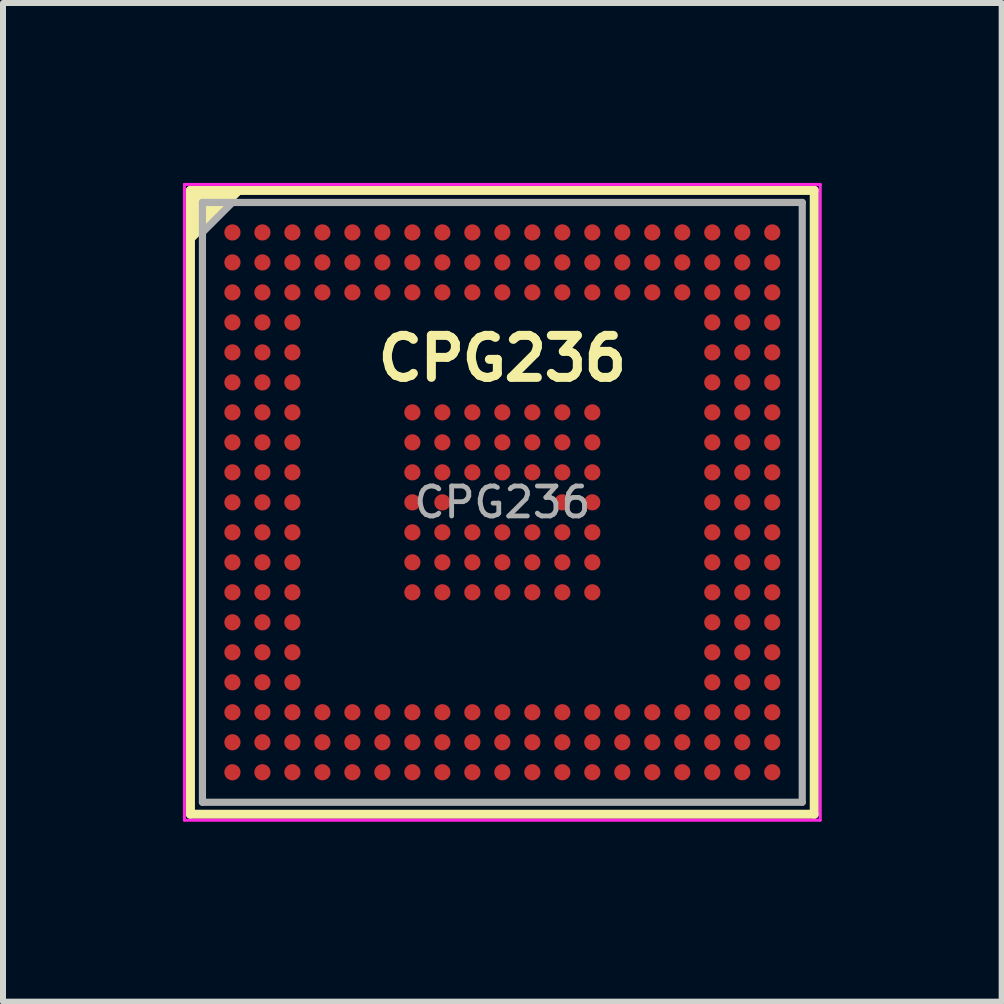
<source format=kicad_pcb>
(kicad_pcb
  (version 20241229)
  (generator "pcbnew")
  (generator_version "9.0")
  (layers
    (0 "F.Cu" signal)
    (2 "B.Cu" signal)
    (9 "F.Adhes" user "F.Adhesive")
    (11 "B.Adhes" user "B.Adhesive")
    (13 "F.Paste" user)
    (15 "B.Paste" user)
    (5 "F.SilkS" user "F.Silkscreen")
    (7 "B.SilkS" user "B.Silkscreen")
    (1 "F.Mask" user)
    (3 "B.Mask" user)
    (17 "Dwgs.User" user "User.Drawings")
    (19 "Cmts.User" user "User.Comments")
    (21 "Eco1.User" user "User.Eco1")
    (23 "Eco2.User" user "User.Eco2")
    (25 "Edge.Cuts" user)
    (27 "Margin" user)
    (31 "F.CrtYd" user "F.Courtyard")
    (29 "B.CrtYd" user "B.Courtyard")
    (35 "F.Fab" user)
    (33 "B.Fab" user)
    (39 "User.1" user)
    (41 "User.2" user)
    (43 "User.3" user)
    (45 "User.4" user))
  (footprint "CPG236"
    (layer "F.Cu")
    (at 5.325 5.325)
    (property "Reference" "CPG236" (at 0 -2.4 0) (layer "F.SilkS") (effects (font (size 0.7 0.7) (thickness 0.15))))
    (property "Value" "${VALUE}" (at 0 4.6 0) (layer "F.Fab") (hide yes) (effects (font (size 0.4 0.4) (thickness 0.07))))
    (attr through_hole)
    (fp_line (start -5.2 -5.2) (end -5.2 5.2) (stroke (width 0.15) (type solid)) (layer "F.SilkS"))
    (fp_line (start -5.2 5.2) (end 5.2 5.2) (stroke (width 0.15) (type solid)) (layer "F.SilkS"))
    (fp_line (start -4.4 -5.2) (end -5.2 -4.4) (stroke (width 0.15) (type solid)) (layer "F.SilkS"))
    (fp_line (start 5.2 -5.2) (end -5.2 -5.2) (stroke (width 0.15) (type solid)) (layer "F.SilkS"))
    (fp_line (start 5.2 5.2) (end 5.2 -5.2) (stroke (width 0.15) (type solid)) (layer "F.SilkS"))
    (fp_poly (pts (xy -5.2 -4.4) (xy -4.4 -5.2) (xy -5.2 -5.2)) (stroke (width 0.1) (type solid)) (fill yes) (layer "F.SilkS"))
    (fp_line (start -5.3 -5.3) (end 5.3 -5.3) (stroke (width 0.05) (type solid)) (layer "F.CrtYd"))
    (fp_line (start -5.3 5.3) (end -5.3 -5.3) (stroke (width 0.05) (type solid)) (layer "F.CrtYd"))
    (fp_line (start 5.3 -5.3) (end 5.3 5.3) (stroke (width 0.05) (type solid)) (layer "F.CrtYd"))
    (fp_line (start 5.3 5.3) (end -5.3 5.3) (stroke (width 0.05) (type solid)) (layer "F.CrtYd"))
    (fp_line (start -5 -5) (end 5 -5) (stroke (width 0.12) (type solid)) (layer "F.Fab"))
    (fp_line (start -5 5) (end -5 -5) (stroke (width 0.12) (type solid)) (layer "F.Fab"))
    (fp_line (start -4.5 -5) (end -5 -4.5) (stroke (width 0.12) (type solid)) (layer "F.Fab"))
    (fp_line (start 5 -5) (end 5 5) (stroke (width 0.12) (type solid)) (layer "F.Fab"))
    (fp_line (start 5 5) (end -5 5) (stroke (width 0.12) (type solid)) (layer "F.Fab"))
    (fp_poly (pts (xy -5 -4.5) (xy -5 -5) (xy -4.5 -5)) (stroke (width 0.1) (type solid)) (fill no) (layer "F.Fab"))
    (fp_text user "${REFERENCE}" (at 0 0 0) (layer "F.Fab") (effects (font (size 0.5 0.5) (thickness 0.08))))
    (pad "A1" smd circle (at -4.5 -4.5) (size 0.27 0.27) (layers "F.Cu" "F.Mask" "F.Paste"))
    (pad "A2" smd circle (at -4 -4.5) (size 0.27 0.27) (layers "F.Cu" "F.Mask" "F.Paste"))
    (pad "A3" smd circle (at -3.5 -4.5) (size 0.27 0.27) (layers "F.Cu" "F.Mask" "F.Paste"))
    (pad "A4" smd circle (at -3 -4.5) (size 0.27 0.27) (layers "F.Cu" "F.Mask" "F.Paste"))
    (pad "A5" smd circle (at -2.5 -4.5) (size 0.27 0.27) (layers "F.Cu" "F.Mask" "F.Paste"))
    (pad "A6" smd circle (at -2 -4.5) (size 0.27 0.27) (layers "F.Cu" "F.Mask" "F.Paste"))
    (pad "A7" smd circle (at -1.5 -4.5) (size 0.27 0.27) (layers "F.Cu" "F.Mask" "F.Paste"))
    (pad "A8" smd circle (at -1 -4.5) (size 0.27 0.27) (layers "F.Cu" "F.Mask" "F.Paste"))
    (pad "A9" smd circle (at -0.5 -4.5) (size 0.27 0.27) (layers "F.Cu" "F.Mask" "F.Paste"))
    (pad "A10" smd circle (at 0 -4.5) (size 0.27 0.27) (layers "F.Cu" "F.Mask" "F.Paste"))
    (pad "A11" smd circle (at 0.5 -4.5) (size 0.27 0.27) (layers "F.Cu" "F.Mask" "F.Paste"))
    (pad "A12" smd circle (at 1 -4.5) (size 0.27 0.27) (layers "F.Cu" "F.Mask" "F.Paste"))
    (pad "A13" smd circle (at 1.5 -4.5) (size 0.27 0.27) (layers "F.Cu" "F.Mask" "F.Paste"))
    (pad "A14" smd circle (at 2 -4.5) (size 0.27 0.27) (layers "F.Cu" "F.Mask" "F.Paste"))
    (pad "A15" smd circle (at 2.5 -4.5) (size 0.27 0.27) (layers "F.Cu" "F.Mask" "F.Paste"))
    (pad "A16" smd circle (at 3 -4.5) (size 0.27 0.27) (layers "F.Cu" "F.Mask" "F.Paste"))
    (pad "A17" smd circle (at 3.5 -4.5) (size 0.27 0.27) (layers "F.Cu" "F.Mask" "F.Paste"))
    (pad "A18" smd circle (at 4 -4.5) (size 0.27 0.27) (layers "F.Cu" "F.Mask" "F.Paste"))
    (pad "A19" smd circle (at 4.5 -4.5) (size 0.27 0.27) (layers "F.Cu" "F.Mask" "F.Paste"))
    (pad "B1" smd circle (at -4.5 -4) (size 0.27 0.27) (layers "F.Cu" "F.Mask" "F.Paste"))
    (pad "B2" smd circle (at -4 -4) (size 0.27 0.27) (layers "F.Cu" "F.Mask" "F.Paste"))
    (pad "B3" smd circle (at -3.5 -4) (size 0.27 0.27) (layers "F.Cu" "F.Mask" "F.Paste"))
    (pad "B4" smd circle (at -3 -4) (size 0.27 0.27) (layers "F.Cu" "F.Mask" "F.Paste"))
    (pad "B5" smd circle (at -2.5 -4) (size 0.27 0.27) (layers "F.Cu" "F.Mask" "F.Paste"))
    (pad "B6" smd circle (at -2 -4) (size 0.27 0.27) (layers "F.Cu" "F.Mask" "F.Paste"))
    (pad "B7" smd circle (at -1.5 -4) (size 0.27 0.27) (layers "F.Cu" "F.Mask" "F.Paste"))
    (pad "B8" smd circle (at -1 -4) (size 0.27 0.27) (layers "F.Cu" "F.Mask" "F.Paste"))
    (pad "B9" smd circle (at -0.5 -4) (size 0.27 0.27) (layers "F.Cu" "F.Mask" "F.Paste"))
    (pad "B10" smd circle (at 0 -4) (size 0.27 0.27) (layers "F.Cu" "F.Mask" "F.Paste"))
    (pad "B11" smd circle (at 0.5 -4) (size 0.27 0.27) (layers "F.Cu" "F.Mask" "F.Paste"))
    (pad "B12" smd circle (at 1 -4) (size 0.27 0.27) (layers "F.Cu" "F.Mask" "F.Paste"))
    (pad "B13" smd circle (at 1.5 -4) (size 0.27 0.27) (layers "F.Cu" "F.Mask" "F.Paste"))
    (pad "B14" smd circle (at 2 -4) (size 0.27 0.27) (layers "F.Cu" "F.Mask" "F.Paste"))
    (pad "B15" smd circle (at 2.5 -4) (size 0.27 0.27) (layers "F.Cu" "F.Mask" "F.Paste"))
    (pad "B16" smd circle (at 3 -4) (size 0.27 0.27) (layers "F.Cu" "F.Mask" "F.Paste"))
    (pad "B17" smd circle (at 3.5 -4) (size 0.27 0.27) (layers "F.Cu" "F.Mask" "F.Paste"))
    (pad "B18" smd circle (at 4 -4) (size 0.27 0.27) (layers "F.Cu" "F.Mask" "F.Paste"))
    (pad "B19" smd circle (at 4.5 -4) (size 0.27 0.27) (layers "F.Cu" "F.Mask" "F.Paste"))
    (pad "C1" smd circle (at -4.5 -3.5) (size 0.27 0.27) (layers "F.Cu" "F.Mask" "F.Paste"))
    (pad "C2" smd circle (at -4 -3.5) (size 0.27 0.27) (layers "F.Cu" "F.Mask" "F.Paste"))
    (pad "C3" smd circle (at -3.5 -3.5) (size 0.27 0.27) (layers "F.Cu" "F.Mask" "F.Paste"))
    (pad "C4" smd circle (at -3 -3.5) (size 0.27 0.27) (layers "F.Cu" "F.Mask" "F.Paste"))
    (pad "C5" smd circle (at -2.5 -3.5) (size 0.27 0.27) (layers "F.Cu" "F.Mask" "F.Paste"))
    (pad "C6" smd circle (at -2 -3.5) (size 0.27 0.27) (layers "F.Cu" "F.Mask" "F.Paste"))
    (pad "C7" smd circle (at -1.5 -3.5) (size 0.27 0.27) (layers "F.Cu" "F.Mask" "F.Paste"))
    (pad "C8" smd circle (at -1 -3.5) (size 0.27 0.27) (layers "F.Cu" "F.Mask" "F.Paste"))
    (pad "C9" smd circle (at -0.5 -3.5) (size 0.27 0.27) (layers "F.Cu" "F.Mask" "F.Paste"))
    (pad "C10" smd circle (at 0 -3.5) (size 0.27 0.27) (layers "F.Cu" "F.Mask" "F.Paste"))
    (pad "C11" smd circle (at 0.5 -3.5) (size 0.27 0.27) (layers "F.Cu" "F.Mask" "F.Paste"))
    (pad "C12" smd circle (at 1 -3.5) (size 0.27 0.27) (layers "F.Cu" "F.Mask" "F.Paste"))
    (pad "C13" smd circle (at 1.5 -3.5) (size 0.27 0.27) (layers "F.Cu" "F.Mask" "F.Paste"))
    (pad "C14" smd circle (at 2 -3.5) (size 0.27 0.27) (layers "F.Cu" "F.Mask" "F.Paste"))
    (pad "C15" smd circle (at 2.5 -3.5) (size 0.27 0.27) (layers "F.Cu" "F.Mask" "F.Paste"))
    (pad "C16" smd circle (at 3 -3.5) (size 0.27 0.27) (layers "F.Cu" "F.Mask" "F.Paste"))
    (pad "C17" smd circle (at 3.5 -3.5) (size 0.27 0.27) (layers "F.Cu" "F.Mask" "F.Paste"))
    (pad "C18" smd circle (at 4 -3.5) (size 0.27 0.27) (layers "F.Cu" "F.Mask" "F.Paste"))
    (pad "C19" smd circle (at 4.5 -3.5) (size 0.27 0.27) (layers "F.Cu" "F.Mask" "F.Paste"))
    (pad "D1" smd circle (at -4.5 -3) (size 0.27 0.27) (layers "F.Cu" "F.Mask" "F.Paste"))
    (pad "D2" smd circle (at -4 -3) (size 0.27 0.27) (layers "F.Cu" "F.Mask" "F.Paste"))
    (pad "D3" smd circle (at -3.5 -3) (size 0.27 0.27) (layers "F.Cu" "F.Mask" "F.Paste"))
    (pad "D17" smd circle (at 3.5 -3) (size 0.27 0.27) (layers "F.Cu" "F.Mask" "F.Paste"))
    (pad "D18" smd circle (at 4 -3) (size 0.27 0.27) (layers "F.Cu" "F.Mask" "F.Paste"))
    (pad "D19" smd circle (at 4.5 -3) (size 0.27 0.27) (layers "F.Cu" "F.Mask" "F.Paste"))
    (pad "E1" smd circle (at -4.5 -2.5) (size 0.27 0.27) (layers "F.Cu" "F.Mask" "F.Paste"))
    (pad "E2" smd circle (at -4 -2.5) (size 0.27 0.27) (layers "F.Cu" "F.Mask" "F.Paste"))
    (pad "E3" smd circle (at -3.5 -2.5) (size 0.27 0.27) (layers "F.Cu" "F.Mask" "F.Paste"))
    (pad "E17" smd circle (at 3.5 -2.5) (size 0.27 0.27) (layers "F.Cu" "F.Mask" "F.Paste"))
    (pad "E18" smd circle (at 4 -2.5) (size 0.27 0.27) (layers "F.Cu" "F.Mask" "F.Paste"))
    (pad "E19" smd circle (at 4.5 -2.5) (size 0.27 0.27) (layers "F.Cu" "F.Mask" "F.Paste"))
    (pad "F1" smd circle (at -4.5 -2) (size 0.27 0.27) (layers "F.Cu" "F.Mask" "F.Paste"))
    (pad "F2" smd circle (at -4 -2) (size 0.27 0.27) (layers "F.Cu" "F.Mask" "F.Paste"))
    (pad "F3" smd circle (at -3.5 -2) (size 0.27 0.27) (layers "F.Cu" "F.Mask" "F.Paste"))
    (pad "F17" smd circle (at 3.5 -2) (size 0.27 0.27) (layers "F.Cu" "F.Mask" "F.Paste"))
    (pad "F18" smd circle (at 4 -2) (size 0.27 0.27) (layers "F.Cu" "F.Mask" "F.Paste"))
    (pad "F19" smd circle (at 4.5 -2) (size 0.27 0.27) (layers "F.Cu" "F.Mask" "F.Paste"))
    (pad "G1" smd circle (at -4.5 -1.5) (size 0.27 0.27) (layers "F.Cu" "F.Mask" "F.Paste"))
    (pad "G2" smd circle (at -4 -1.5) (size 0.27 0.27) (layers "F.Cu" "F.Mask" "F.Paste"))
    (pad "G3" smd circle (at -3.5 -1.5) (size 0.27 0.27) (layers "F.Cu" "F.Mask" "F.Paste"))
    (pad "G7" smd circle (at -1.5 -1.5) (size 0.27 0.27) (layers "F.Cu" "F.Mask" "F.Paste"))
    (pad "G8" smd circle (at -1 -1.5) (size 0.27 0.27) (layers "F.Cu" "F.Mask" "F.Paste"))
    (pad "G9" smd circle (at -0.5 -1.5) (size 0.27 0.27) (layers "F.Cu" "F.Mask" "F.Paste"))
    (pad "G10" smd circle (at 0 -1.5) (size 0.27 0.27) (layers "F.Cu" "F.Mask" "F.Paste"))
    (pad "G11" smd circle (at 0.5 -1.5) (size 0.27 0.27) (layers "F.Cu" "F.Mask" "F.Paste"))
    (pad "G12" smd circle (at 1 -1.5) (size 0.27 0.27) (layers "F.Cu" "F.Mask" "F.Paste"))
    (pad "G13" smd circle (at 1.5 -1.5) (size 0.27 0.27) (layers "F.Cu" "F.Mask" "F.Paste"))
    (pad "G17" smd circle (at 3.5 -1.5) (size 0.27 0.27) (layers "F.Cu" "F.Mask" "F.Paste"))
    (pad "G18" smd circle (at 4 -1.5) (size 0.27 0.27) (layers "F.Cu" "F.Mask" "F.Paste"))
    (pad "G19" smd circle (at 4.5 -1.5) (size 0.27 0.27) (layers "F.Cu" "F.Mask" "F.Paste"))
    (pad "H1" smd circle (at -4.5 -1) (size 0.27 0.27) (layers "F.Cu" "F.Mask" "F.Paste"))
    (pad "H2" smd circle (at -4 -1) (size 0.27 0.27) (layers "F.Cu" "F.Mask" "F.Paste"))
    (pad "H3" smd circle (at -3.5 -1) (size 0.27 0.27) (layers "F.Cu" "F.Mask" "F.Paste"))
    (pad "H7" smd circle (at -1.5 -1) (size 0.27 0.27) (layers "F.Cu" "F.Mask" "F.Paste"))
    (pad "H8" smd circle (at -1 -1) (size 0.27 0.27) (layers "F.Cu" "F.Mask" "F.Paste"))
    (pad "H9" smd circle (at -0.5 -1) (size 0.27 0.27) (layers "F.Cu" "F.Mask" "F.Paste"))
    (pad "H10" smd circle (at 0 -1) (size 0.27 0.27) (layers "F.Cu" "F.Mask" "F.Paste"))
    (pad "H11" smd circle (at 0.5 -1) (size 0.27 0.27) (layers "F.Cu" "F.Mask" "F.Paste"))
    (pad "H12" smd circle (at 1 -1) (size 0.27 0.27) (layers "F.Cu" "F.Mask" "F.Paste"))
    (pad "H13" smd circle (at 1.5 -1) (size 0.27 0.27) (layers "F.Cu" "F.Mask" "F.Paste"))
    (pad "H17" smd circle (at 3.5 -1) (size 0.27 0.27) (layers "F.Cu" "F.Mask" "F.Paste"))
    (pad "H18" smd circle (at 4 -1) (size 0.27 0.27) (layers "F.Cu" "F.Mask" "F.Paste"))
    (pad "H19" smd circle (at 4.5 -1) (size 0.27 0.27) (layers "F.Cu" "F.Mask" "F.Paste"))
    (pad "J1" smd circle (at -4.5 -0.5) (size 0.27 0.27) (layers "F.Cu" "F.Mask" "F.Paste"))
    (pad "J2" smd circle (at -4 -0.5) (size 0.27 0.27) (layers "F.Cu" "F.Mask" "F.Paste"))
    (pad "J3" smd circle (at -3.5 -0.5) (size 0.27 0.27) (layers "F.Cu" "F.Mask" "F.Paste"))
    (pad "J7" smd circle (at -1.5 -0.5) (size 0.27 0.27) (layers "F.Cu" "F.Mask" "F.Paste"))
    (pad "J8" smd circle (at -1 -0.5) (size 0.27 0.27) (layers "F.Cu" "F.Mask" "F.Paste"))
    (pad "J9" smd circle (at -0.5 -0.5) (size 0.27 0.27) (layers "F.Cu" "F.Mask" "F.Paste"))
    (pad "J10" smd circle (at 0 -0.5) (size 0.27 0.27) (layers "F.Cu" "F.Mask" "F.Paste"))
    (pad "J11" smd circle (at 0.5 -0.5) (size 0.27 0.27) (layers "F.Cu" "F.Mask" "F.Paste"))
    (pad "J12" smd circle (at 1 -0.5) (size 0.27 0.27) (layers "F.Cu" "F.Mask" "F.Paste"))
    (pad "J13" smd circle (at 1.5 -0.5) (size 0.27 0.27) (layers "F.Cu" "F.Mask" "F.Paste"))
    (pad "J17" smd circle (at 3.5 -0.5) (size 0.27 0.27) (layers "F.Cu" "F.Mask" "F.Paste"))
    (pad "J18" smd circle (at 4 -0.5) (size 0.27 0.27) (layers "F.Cu" "F.Mask" "F.Paste"))
    (pad "J19" smd circle (at 4.5 -0.5) (size 0.27 0.27) (layers "F.Cu" "F.Mask" "F.Paste"))
    (pad "K1" smd circle (at -4.5 0) (size 0.27 0.27) (layers "F.Cu" "F.Mask" "F.Paste"))
    (pad "K2" smd circle (at -4 0) (size 0.27 0.27) (layers "F.Cu" "F.Mask" "F.Paste"))
    (pad "K3" smd circle (at -3.5 0) (size 0.27 0.27) (layers "F.Cu" "F.Mask" "F.Paste"))
    (pad "K7" smd circle (at -1.5 0) (size 0.27 0.27) (layers "F.Cu" "F.Mask" "F.Paste"))
    (pad "K8" smd circle (at -1 0) (size 0.27 0.27) (layers "F.Cu" "F.Mask" "F.Paste"))
    (pad "K12" smd circle (at 1 0) (size 0.27 0.27) (layers "F.Cu" "F.Mask" "F.Paste"))
    (pad "K13" smd circle (at 1.5 0) (size 0.27 0.27) (layers "F.Cu" "F.Mask" "F.Paste"))
    (pad "K17" smd circle (at 3.5 0) (size 0.27 0.27) (layers "F.Cu" "F.Mask" "F.Paste"))
    (pad "K18" smd circle (at 4 0) (size 0.27 0.27) (layers "F.Cu" "F.Mask" "F.Paste"))
    (pad "K19" smd circle (at 4.5 0) (size 0.27 0.27) (layers "F.Cu" "F.Mask" "F.Paste"))
    (pad "L1" smd circle (at -4.5 0.5) (size 0.27 0.27) (layers "F.Cu" "F.Mask" "F.Paste"))
    (pad "L2" smd circle (at -4 0.5) (size 0.27 0.27) (layers "F.Cu" "F.Mask" "F.Paste"))
    (pad "L3" smd circle (at -3.5 0.5) (size 0.27 0.27) (layers "F.Cu" "F.Mask" "F.Paste"))
    (pad "L7" smd circle (at -1.5 0.5) (size 0.27 0.27) (layers "F.Cu" "F.Mask" "F.Paste"))
    (pad "L8" smd circle (at -1 0.5) (size 0.27 0.27) (layers "F.Cu" "F.Mask" "F.Paste"))
    (pad "L9" smd circle (at -0.5 0.5) (size 0.27 0.27) (layers "F.Cu" "F.Mask" "F.Paste"))
    (pad "L10" smd circle (at 0 0.5) (size 0.27 0.27) (layers "F.Cu" "F.Mask" "F.Paste"))
    (pad "L11" smd circle (at 0.5 0.5) (size 0.27 0.27) (layers "F.Cu" "F.Mask" "F.Paste"))
    (pad "L12" smd circle (at 1 0.5) (size 0.27 0.27) (layers "F.Cu" "F.Mask" "F.Paste"))
    (pad "L13" smd circle (at 1.5 0.5) (size 0.27 0.27) (layers "F.Cu" "F.Mask" "F.Paste"))
    (pad "L17" smd circle (at 3.5 0.5) (size 0.27 0.27) (layers "F.Cu" "F.Mask" "F.Paste"))
    (pad "L18" smd circle (at 4 0.5) (size 0.27 0.27) (layers "F.Cu" "F.Mask" "F.Paste"))
    (pad "L19" smd circle (at 4.5 0.5) (size 0.27 0.27) (layers "F.Cu" "F.Mask" "F.Paste"))
    (pad "M1" smd circle (at -4.5 1) (size 0.27 0.27) (layers "F.Cu" "F.Mask" "F.Paste"))
    (pad "M2" smd circle (at -4 1) (size 0.27 0.27) (layers "F.Cu" "F.Mask" "F.Paste"))
    (pad "M3" smd circle (at -3.5 1) (size 0.27 0.27) (layers "F.Cu" "F.Mask" "F.Paste"))
    (pad "M7" smd circle (at -1.5 1) (size 0.27 0.27) (layers "F.Cu" "F.Mask" "F.Paste"))
    (pad "M8" smd circle (at -1 1) (size 0.27 0.27) (layers "F.Cu" "F.Mask" "F.Paste"))
    (pad "M9" smd circle (at -0.5 1) (size 0.27 0.27) (layers "F.Cu" "F.Mask" "F.Paste"))
    (pad "M10" smd circle (at 0 1) (size 0.27 0.27) (layers "F.Cu" "F.Mask" "F.Paste"))
    (pad "M11" smd circle (at 0.5 1) (size 0.27 0.27) (layers "F.Cu" "F.Mask" "F.Paste"))
    (pad "M12" smd circle (at 1 1) (size 0.27 0.27) (layers "F.Cu" "F.Mask" "F.Paste"))
    (pad "M13" smd circle (at 1.5 1) (size 0.27 0.27) (layers "F.Cu" "F.Mask" "F.Paste"))
    (pad "M17" smd circle (at 3.5 1) (size 0.27 0.27) (layers "F.Cu" "F.Mask" "F.Paste"))
    (pad "M18" smd circle (at 4 1) (size 0.27 0.27) (layers "F.Cu" "F.Mask" "F.Paste"))
    (pad "M19" smd circle (at 4.5 1) (size 0.27 0.27) (layers "F.Cu" "F.Mask" "F.Paste"))
    (pad "N1" smd circle (at -4.5 1.5) (size 0.27 0.27) (layers "F.Cu" "F.Mask" "F.Paste"))
    (pad "N2" smd circle (at -4 1.5) (size 0.27 0.27) (layers "F.Cu" "F.Mask" "F.Paste"))
    (pad "N3" smd circle (at -3.5 1.5) (size 0.27 0.27) (layers "F.Cu" "F.Mask" "F.Paste"))
    (pad "N7" smd circle (at -1.5 1.5) (size 0.27 0.27) (layers "F.Cu" "F.Mask" "F.Paste"))
    (pad "N8" smd circle (at -1 1.5) (size 0.27 0.27) (layers "F.Cu" "F.Mask" "F.Paste"))
    (pad "N9" smd circle (at -0.5 1.5) (size 0.27 0.27) (layers "F.Cu" "F.Mask" "F.Paste"))
    (pad "N10" smd circle (at 0 1.5) (size 0.27 0.27) (layers "F.Cu" "F.Mask" "F.Paste"))
    (pad "N11" smd circle (at 0.5 1.5) (size 0.27 0.27) (layers "F.Cu" "F.Mask" "F.Paste"))
    (pad "N12" smd circle (at 1 1.5) (size 0.27 0.27) (layers "F.Cu" "F.Mask" "F.Paste"))
    (pad "N13" smd circle (at 1.5 1.5) (size 0.27 0.27) (layers "F.Cu" "F.Mask" "F.Paste"))
    (pad "N17" smd circle (at 3.5 1.5) (size 0.27 0.27) (layers "F.Cu" "F.Mask" "F.Paste"))
    (pad "N18" smd circle (at 4 1.5) (size 0.27 0.27) (layers "F.Cu" "F.Mask" "F.Paste"))
    (pad "N19" smd circle (at 4.5 1.5) (size 0.27 0.27) (layers "F.Cu" "F.Mask" "F.Paste"))
    (pad "P1" smd circle (at -4.5 2) (size 0.27 0.27) (layers "F.Cu" "F.Mask" "F.Paste"))
    (pad "P2" smd circle (at -4 2) (size 0.27 0.27) (layers "F.Cu" "F.Mask" "F.Paste"))
    (pad "P3" smd circle (at -3.5 2) (size 0.27 0.27) (layers "F.Cu" "F.Mask" "F.Paste"))
    (pad "P17" smd circle (at 3.5 2) (size 0.27 0.27) (layers "F.Cu" "F.Mask" "F.Paste"))
    (pad "P18" smd circle (at 4 2) (size 0.27 0.27) (layers "F.Cu" "F.Mask" "F.Paste"))
    (pad "P19" smd circle (at 4.5 2) (size 0.27 0.27) (layers "F.Cu" "F.Mask" "F.Paste"))
    (pad "R1" smd circle (at -4.5 2.5) (size 0.27 0.27) (layers "F.Cu" "F.Mask" "F.Paste"))
    (pad "R2" smd circle (at -4 2.5) (size 0.27 0.27) (layers "F.Cu" "F.Mask" "F.Paste"))
    (pad "R3" smd circle (at -3.5 2.5) (size 0.27 0.27) (layers "F.Cu" "F.Mask" "F.Paste"))
    (pad "R17" smd circle (at 3.5 2.5) (size 0.27 0.27) (layers "F.Cu" "F.Mask" "F.Paste"))
    (pad "R18" smd circle (at 4 2.5) (size 0.27 0.27) (layers "F.Cu" "F.Mask" "F.Paste"))
    (pad "R19" smd circle (at 4.5 2.5) (size 0.27 0.27) (layers "F.Cu" "F.Mask" "F.Paste"))
    (pad "T1" smd circle (at -4.5 3) (size 0.27 0.27) (layers "F.Cu" "F.Mask" "F.Paste"))
    (pad "T2" smd circle (at -4 3) (size 0.27 0.27) (layers "F.Cu" "F.Mask" "F.Paste"))
    (pad "T3" smd circle (at -3.5 3) (size 0.27 0.27) (layers "F.Cu" "F.Mask" "F.Paste"))
    (pad "T17" smd circle (at 3.5 3) (size 0.27 0.27) (layers "F.Cu" "F.Mask" "F.Paste"))
    (pad "T18" smd circle (at 4 3) (size 0.27 0.27) (layers "F.Cu" "F.Mask" "F.Paste"))
    (pad "T19" smd circle (at 4.5 3) (size 0.27 0.27) (layers "F.Cu" "F.Mask" "F.Paste"))
    (pad "U1" smd circle (at -4.5 3.5) (size 0.27 0.27) (layers "F.Cu" "F.Mask" "F.Paste"))
    (pad "U2" smd circle (at -4 3.5) (size 0.27 0.27) (layers "F.Cu" "F.Mask" "F.Paste"))
    (pad "U3" smd circle (at -3.5 3.5) (size 0.27 0.27) (layers "F.Cu" "F.Mask" "F.Paste"))
    (pad "U4" smd circle (at -3 3.5) (size 0.27 0.27) (layers "F.Cu" "F.Mask" "F.Paste"))
    (pad "U5" smd circle (at -2.5 3.5) (size 0.27 0.27) (layers "F.Cu" "F.Mask" "F.Paste"))
    (pad "U6" smd circle (at -2 3.5) (size 0.27 0.27) (layers "F.Cu" "F.Mask" "F.Paste"))
    (pad "U7" smd circle (at -1.5 3.5) (size 0.27 0.27) (layers "F.Cu" "F.Mask" "F.Paste"))
    (pad "U8" smd circle (at -1 3.5) (size 0.27 0.27) (layers "F.Cu" "F.Mask" "F.Paste"))
    (pad "U9" smd circle (at -0.5 3.5) (size 0.27 0.27) (layers "F.Cu" "F.Mask" "F.Paste"))
    (pad "U10" smd circle (at 0 3.5) (size 0.27 0.27) (layers "F.Cu" "F.Mask" "F.Paste"))
    (pad "U11" smd circle (at 0.5 3.5) (size 0.27 0.27) (layers "F.Cu" "F.Mask" "F.Paste"))
    (pad "U12" smd circle (at 1 3.5) (size 0.27 0.27) (layers "F.Cu" "F.Mask" "F.Paste"))
    (pad "U13" smd circle (at 1.5 3.5) (size 0.27 0.27) (layers "F.Cu" "F.Mask" "F.Paste"))
    (pad "U14" smd circle (at 2 3.5) (size 0.27 0.27) (layers "F.Cu" "F.Mask" "F.Paste"))
    (pad "U15" smd circle (at 2.5 3.5) (size 0.27 0.27) (layers "F.Cu" "F.Mask" "F.Paste"))
    (pad "U16" smd circle (at 3 3.5) (size 0.27 0.27) (layers "F.Cu" "F.Mask" "F.Paste"))
    (pad "U17" smd circle (at 3.5 3.5) (size 0.27 0.27) (layers "F.Cu" "F.Mask" "F.Paste"))
    (pad "U18" smd circle (at 4 3.5) (size 0.27 0.27) (layers "F.Cu" "F.Mask" "F.Paste"))
    (pad "U19" smd circle (at 4.5 3.5) (size 0.27 0.27) (layers "F.Cu" "F.Mask" "F.Paste"))
    (pad "V1" smd circle (at -4.5 4) (size 0.27 0.27) (layers "F.Cu" "F.Mask" "F.Paste"))
    (pad "V2" smd circle (at -4 4) (size 0.27 0.27) (layers "F.Cu" "F.Mask" "F.Paste"))
    (pad "V3" smd circle (at -3.5 4) (size 0.27 0.27) (layers "F.Cu" "F.Mask" "F.Paste"))
    (pad "V4" smd circle (at -3 4) (size 0.27 0.27) (layers "F.Cu" "F.Mask" "F.Paste"))
    (pad "V5" smd circle (at -2.5 4) (size 0.27 0.27) (layers "F.Cu" "F.Mask" "F.Paste"))
    (pad "V6" smd circle (at -2 4) (size 0.27 0.27) (layers "F.Cu" "F.Mask" "F.Paste"))
    (pad "V7" smd circle (at -1.5 4) (size 0.27 0.27) (layers "F.Cu" "F.Mask" "F.Paste"))
    (pad "V8" smd circle (at -1 4) (size 0.27 0.27) (layers "F.Cu" "F.Mask" "F.Paste"))
    (pad "V9" smd circle (at -0.5 4) (size 0.27 0.27) (layers "F.Cu" "F.Mask" "F.Paste"))
    (pad "V10" smd circle (at 0 4) (size 0.27 0.27) (layers "F.Cu" "F.Mask" "F.Paste"))
    (pad "V11" smd circle (at 0.5 4) (size 0.27 0.27) (layers "F.Cu" "F.Mask" "F.Paste"))
    (pad "V12" smd circle (at 1 4) (size 0.27 0.27) (layers "F.Cu" "F.Mask" "F.Paste"))
    (pad "V13" smd circle (at 1.5 4) (size 0.27 0.27) (layers "F.Cu" "F.Mask" "F.Paste"))
    (pad "V14" smd circle (at 2 4) (size 0.27 0.27) (layers "F.Cu" "F.Mask" "F.Paste"))
    (pad "V15" smd circle (at 2.5 4) (size 0.27 0.27) (layers "F.Cu" "F.Mask" "F.Paste"))
    (pad "V16" smd circle (at 3 4) (size 0.27 0.27) (layers "F.Cu" "F.Mask" "F.Paste"))
    (pad "V17" smd circle (at 3.5 4) (size 0.27 0.27) (layers "F.Cu" "F.Mask" "F.Paste"))
    (pad "V18" smd circle (at 4 4) (size 0.27 0.27) (layers "F.Cu" "F.Mask" "F.Paste"))
    (pad "V19" smd circle (at 4.5 4) (size 0.27 0.27) (layers "F.Cu" "F.Mask" "F.Paste"))
    (pad "W1" smd circle (at -4.5 4.5) (size 0.27 0.27) (layers "F.Cu" "F.Mask" "F.Paste"))
    (pad "W2" smd circle (at -4 4.5) (size 0.27 0.27) (layers "F.Cu" "F.Mask" "F.Paste"))
    (pad "W3" smd circle (at -3.5 4.5) (size 0.27 0.27) (layers "F.Cu" "F.Mask" "F.Paste"))
    (pad "W4" smd circle (at -3 4.5) (size 0.27 0.27) (layers "F.Cu" "F.Mask" "F.Paste"))
    (pad "W5" smd circle (at -2.5 4.5) (size 0.27 0.27) (layers "F.Cu" "F.Mask" "F.Paste"))
    (pad "W6" smd circle (at -2 4.5) (size 0.27 0.27) (layers "F.Cu" "F.Mask" "F.Paste"))
    (pad "W7" smd circle (at -1.5 4.5) (size 0.27 0.27) (layers "F.Cu" "F.Mask" "F.Paste"))
    (pad "W8" smd circle (at -1 4.5) (size 0.27 0.27) (layers "F.Cu" "F.Mask" "F.Paste"))
    (pad "W9" smd circle (at -0.5 4.5) (size 0.27 0.27) (layers "F.Cu" "F.Mask" "F.Paste"))
    (pad "W10" smd circle (at 0 4.5) (size 0.27 0.27) (layers "F.Cu" "F.Mask" "F.Paste"))
    (pad "W11" smd circle (at 0.5 4.5) (size 0.27 0.27) (layers "F.Cu" "F.Mask" "F.Paste"))
    (pad "W12" smd circle (at 1 4.5) (size 0.27 0.27) (layers "F.Cu" "F.Mask" "F.Paste"))
    (pad "W13" smd circle (at 1.5 4.5) (size 0.27 0.27) (layers "F.Cu" "F.Mask" "F.Paste"))
    (pad "W14" smd circle (at 2 4.5) (size 0.27 0.27) (layers "F.Cu" "F.Mask" "F.Paste"))
    (pad "W15" smd circle (at 2.5 4.5) (size 0.27 0.27) (layers "F.Cu" "F.Mask" "F.Paste"))
    (pad "W16" smd circle (at 3 4.5) (size 0.27 0.27) (layers "F.Cu" "F.Mask" "F.Paste"))
    (pad "W17" smd circle (at 3.5 4.5) (size 0.27 0.27) (layers "F.Cu" "F.Mask" "F.Paste"))
    (pad "W18" smd circle (at 4 4.5) (size 0.27 0.27) (layers "F.Cu" "F.Mask" "F.Paste"))
    (pad "W19" smd circle (at 4.5 4.5) (size 0.27 0.27) (layers "F.Cu" "F.Mask" "F.Paste")))
  (gr_rect
    (start -3 -3)
    (end 13.65 13.65)
    (stroke (width 0.1) (type default))
    (fill no)
    (layer "Edge.Cuts")))
</source>
